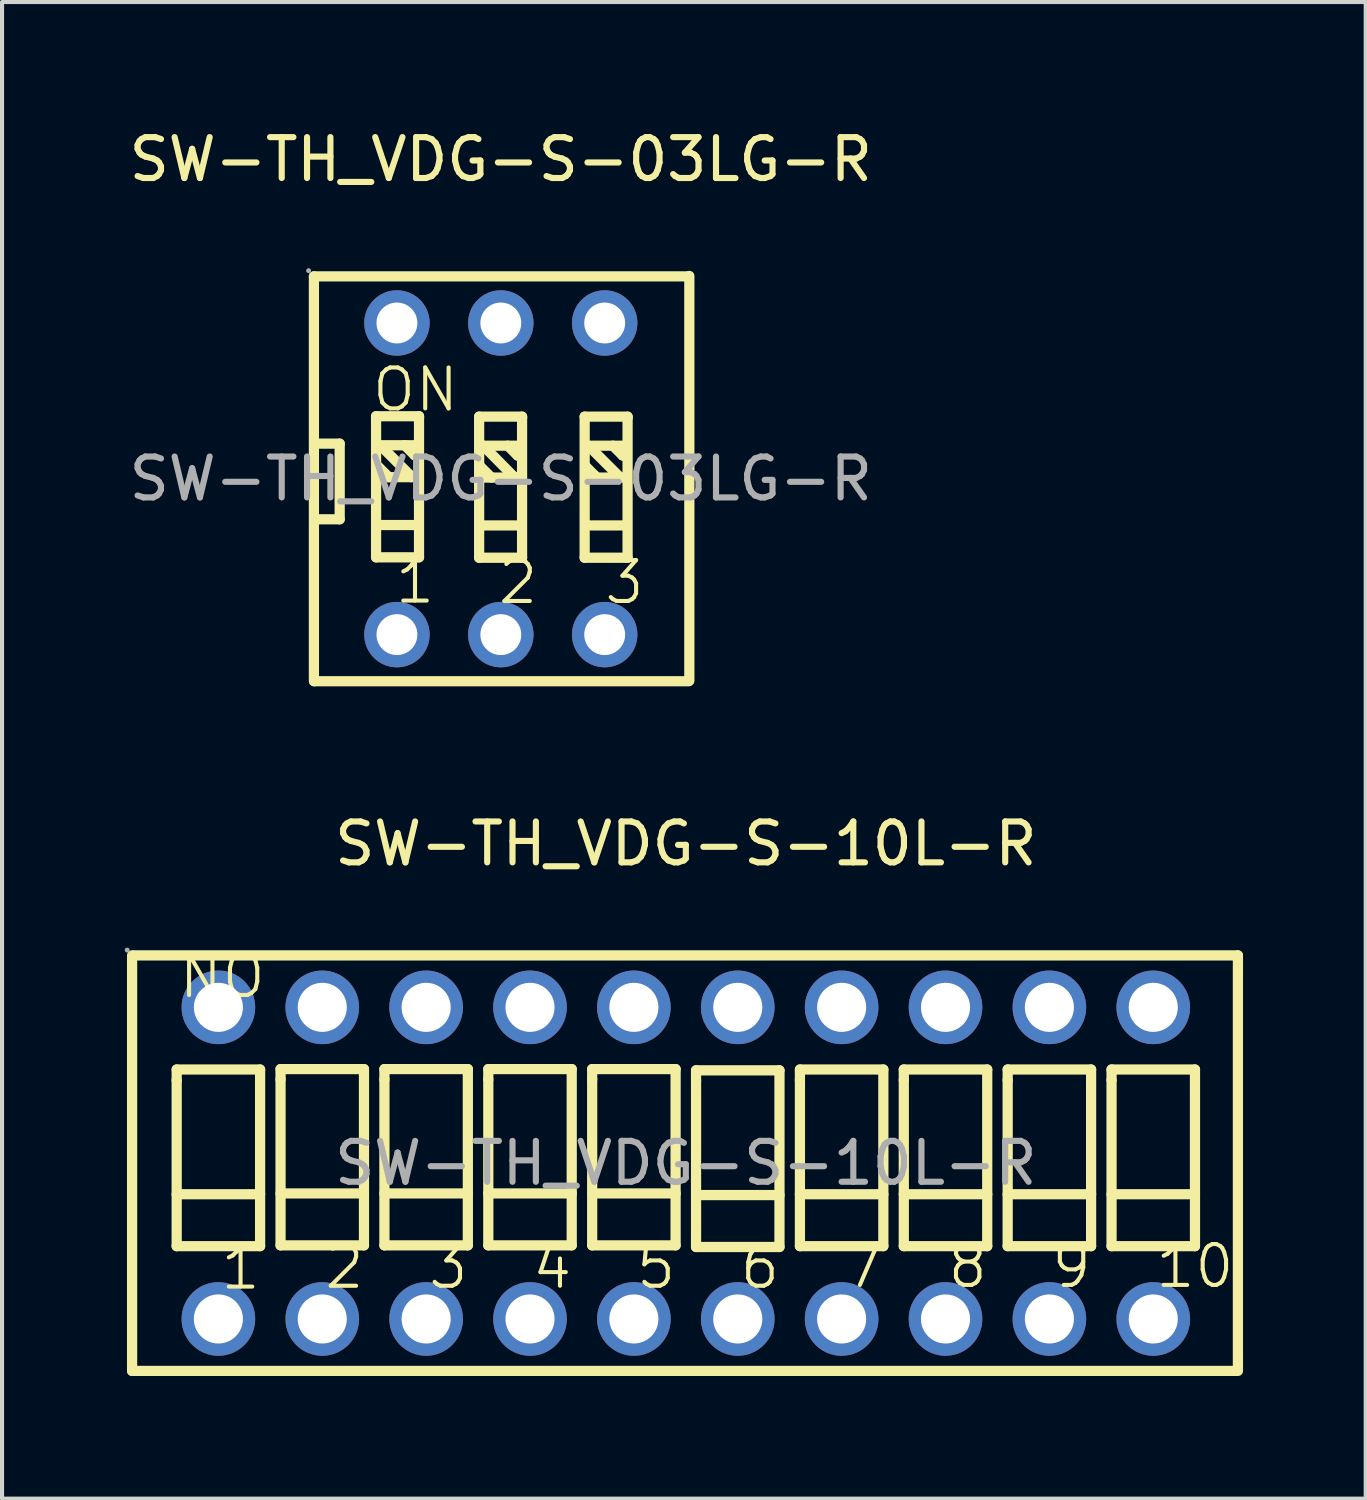
<source format=kicad_pcb>
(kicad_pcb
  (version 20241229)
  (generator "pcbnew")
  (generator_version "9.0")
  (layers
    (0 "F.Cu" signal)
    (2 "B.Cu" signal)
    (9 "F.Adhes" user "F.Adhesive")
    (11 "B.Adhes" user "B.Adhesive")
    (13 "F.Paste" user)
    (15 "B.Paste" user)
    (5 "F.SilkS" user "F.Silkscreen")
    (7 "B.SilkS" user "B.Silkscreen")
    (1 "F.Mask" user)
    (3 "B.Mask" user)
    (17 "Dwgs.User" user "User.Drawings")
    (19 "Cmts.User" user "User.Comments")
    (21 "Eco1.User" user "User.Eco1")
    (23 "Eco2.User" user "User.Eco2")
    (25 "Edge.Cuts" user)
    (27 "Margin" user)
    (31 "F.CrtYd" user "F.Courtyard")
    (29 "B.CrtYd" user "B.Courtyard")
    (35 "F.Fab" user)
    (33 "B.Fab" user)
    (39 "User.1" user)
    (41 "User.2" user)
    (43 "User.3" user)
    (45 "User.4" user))
  (footprint "SW-TH_VDG-S-03LG-R"
    (layer "F.Cu")
    (at 9.196 8.658)
    (property "Reference" "SW-TH_VDG-S-03LG-R" (at 0 -7.81 0) (layer "F.SilkS") (effects (font (size 1 1) (thickness 0.15))))
    (attr through_hole)
    (fp_line (start -4.57 -4.95) (end -4.57 4.95) (stroke (width 0.25) (type solid)) (layer "F.SilkS"))
    (fp_line (start -4.57 -4.95) (end 4.59 -4.95) (stroke (width 0.25) (type solid)) (layer "F.SilkS"))
    (fp_line (start -4.56 4.95) (end 4.59 4.95) (stroke (width 0.25) (type solid)) (layer "F.SilkS"))
    (fp_line (start -4.55 -0.86) (end -3.94 -0.86) (stroke (width 0.25) (type solid)) (layer "F.SilkS"))
    (fp_line (start -3.94 -0.86) (end -3.94 0.99) (stroke (width 0.25) (type solid)) (layer "F.SilkS"))
    (fp_line (start -3.94 0.99) (end -4.52 0.99) (stroke (width 0.25) (type solid)) (layer "F.SilkS"))
    (fp_line (start -3.05 -1.53) (end -3.05 1.92) (stroke (width 0.25) (type solid)) (layer "F.SilkS"))
    (fp_line (start -3.05 1.92) (end -2 1.92) (stroke (width 0.25) (type solid)) (layer "F.SilkS"))
    (fp_line (start -2.95 -0.82) (end -2.2 -0.07) (stroke (width 0.25) (type solid)) (layer "F.SilkS"))
    (fp_line (start -2.94 -0.04) (end -2.07 -0.04) (stroke (width 0.25) (type solid)) (layer "F.SilkS"))
    (fp_line (start -2.92 -0.82) (end -2.05 -0.82) (stroke (width 0.25) (type solid)) (layer "F.SilkS"))
    (fp_line (start -2.92 1.13) (end -2.05 1.13) (stroke (width 0.25) (type solid)) (layer "F.SilkS"))
    (fp_line (start -2.74 -0.04) (end -3.01 -0.31) (stroke (width 0.25) (type solid)) (layer "F.SilkS"))
    (fp_line (start -2.35 -0.82) (end -2.11 -0.58) (stroke (width 0.25) (type solid)) (layer "F.SilkS"))
    (fp_line (start -2.2 -0.07) (end -2.2 -0.04) (stroke (width 0.25) (type solid)) (layer "F.SilkS"))
    (fp_line (start -2.11 -0.58) (end -2.08 -0.58) (stroke (width 0.25) (type solid)) (layer "F.SilkS"))
    (fp_line (start -2 -1.53) (end -3.05 -1.53) (stroke (width 0.25) (type solid)) (layer "F.SilkS"))
    (fp_line (start -2 -1.5) (end -2 -1.53) (stroke (width 0.25) (type solid)) (layer "F.SilkS"))
    (fp_line (start -2 1.92) (end -2 -1.5) (stroke (width 0.25) (type solid)) (layer "F.SilkS"))
    (fp_line (start -0.53 -1.52) (end -0.53 1.93) (stroke (width 0.25) (type solid)) (layer "F.SilkS"))
    (fp_line (start -0.53 1.93) (end 0.52 1.93) (stroke (width 0.25) (type solid)) (layer "F.SilkS"))
    (fp_line (start -0.43 -0.81) (end 0.31 -0.06) (stroke (width 0.25) (type solid)) (layer "F.SilkS"))
    (fp_line (start -0.43 -0.03) (end 0.44 -0.03) (stroke (width 0.25) (type solid)) (layer "F.SilkS"))
    (fp_line (start -0.4 -0.81) (end 0.47 -0.81) (stroke (width 0.25) (type solid)) (layer "F.SilkS"))
    (fp_line (start -0.4 1.14) (end 0.47 1.14) (stroke (width 0.25) (type solid)) (layer "F.SilkS"))
    (fp_line (start -0.23 -0.03) (end -0.5 -0.3) (stroke (width 0.25) (type solid)) (layer "F.SilkS"))
    (fp_line (start 0.17 -0.81) (end 0.41 -0.57) (stroke (width 0.25) (type solid)) (layer "F.SilkS"))
    (fp_line (start 0.31 -0.06) (end 0.31 -0.03) (stroke (width 0.25) (type solid)) (layer "F.SilkS"))
    (fp_line (start 0.41 -0.57) (end 0.44 -0.57) (stroke (width 0.25) (type solid)) (layer "F.SilkS"))
    (fp_line (start 0.52 -1.52) (end -0.53 -1.52) (stroke (width 0.25) (type solid)) (layer "F.SilkS"))
    (fp_line (start 0.52 -1.49) (end 0.52 -1.52) (stroke (width 0.25) (type solid)) (layer "F.SilkS"))
    (fp_line (start 0.52 1.93) (end 0.52 -1.49) (stroke (width 0.25) (type solid)) (layer "F.SilkS"))
    (fp_line (start 2.05 -1.52) (end 2.05 1.93) (stroke (width 0.25) (type solid)) (layer "F.SilkS"))
    (fp_line (start 2.05 1.93) (end 3.1 1.93) (stroke (width 0.25) (type solid)) (layer "F.SilkS"))
    (fp_line (start 2.14 -0.81) (end 2.89 -0.06) (stroke (width 0.25) (type solid)) (layer "F.SilkS"))
    (fp_line (start 2.15 -0.03) (end 3.02 -0.03) (stroke (width 0.25) (type solid)) (layer "F.SilkS"))
    (fp_line (start 2.17 -0.81) (end 3.04 -0.81) (stroke (width 0.25) (type solid)) (layer "F.SilkS"))
    (fp_line (start 2.17 1.14) (end 3.04 1.14) (stroke (width 0.25) (type solid)) (layer "F.SilkS"))
    (fp_line (start 2.35 -0.03) (end 2.08 -0.3) (stroke (width 0.25) (type solid)) (layer "F.SilkS"))
    (fp_line (start 2.74 -0.81) (end 2.98 -0.57) (stroke (width 0.25) (type solid)) (layer "F.SilkS"))
    (fp_line (start 2.89 -0.06) (end 2.89 -0.03) (stroke (width 0.25) (type solid)) (layer "F.SilkS"))
    (fp_line (start 2.98 -0.57) (end 3.01 -0.57) (stroke (width 0.25) (type solid)) (layer "F.SilkS"))
    (fp_line (start 3.1 -1.52) (end 2.05 -1.52) (stroke (width 0.25) (type solid)) (layer "F.SilkS"))
    (fp_line (start 3.1 -1.49) (end 3.1 -1.52) (stroke (width 0.25) (type solid)) (layer "F.SilkS"))
    (fp_line (start 3.1 1.93) (end 3.1 -1.49) (stroke (width 0.25) (type solid)) (layer "F.SilkS"))
    (fp_line (start 4.61 -4.96) (end 4.61 4.94) (stroke (width 0.25) (type solid)) (layer "F.SilkS"))
    (fp_circle (center -4.7 -5.09) (end -4.67 -5.09) (stroke (width 0.06) (type solid)) (fill no) (layer "F.Fab"))
    (fp_circle (center -2.54 -3.81) (end -2.34 -3.81) (stroke (width 0.4) (type solid)) (fill no) (layer "F.Fab"))
    (fp_circle (center -2.54 3.81) (end -2.34 3.81) (stroke (width 0.4) (type solid)) (fill no) (layer "F.Fab"))
    (fp_circle (center 0 -3.81) (end 0.2 -3.81) (stroke (width 0.4) (type solid)) (fill no) (layer "F.Fab"))
    (fp_circle (center 0 3.81) (end 0.2 3.81) (stroke (width 0.4) (type solid)) (fill no) (layer "F.Fab"))
    (fp_circle (center 2.54 -3.81) (end 2.74 -3.81) (stroke (width 0.4) (type solid)) (fill no) (layer "F.Fab"))
    (fp_circle (center 2.54 3.81) (end 2.74 3.81) (stroke (width 0.4) (type solid)) (fill no) (layer "F.Fab"))
    (fp_text user "2" (at -0.12 2.53 0) (layer "F.SilkS") (effects (font (size 1 1) (thickness 0.1)) (justify left)))
    (fp_text user "ON" (at -3.2 -2.18 0) (layer "F.SilkS") (effects (font (size 1 1) (thickness 0.1)) (justify left)))
    (fp_text user "1" (at -2.64 2.52 0) (layer "F.SilkS") (effects (font (size 1 1) (thickness 0.1)) (justify left)))
    (fp_text user "3" (at 2.48 2.53 0) (layer "F.SilkS") (effects (font (size 1 1) (thickness 0.1)) (justify left)))
    (fp_text user "${REFERENCE}" (at 0 0 0) (layer "F.Fab") (effects (font (size 1 1) (thickness 0.15))))
    (pad "1" thru_hole circle (at -2.54 -3.81 180) (size 1.6 1.6) (drill 1) (layers "*.Cu" "*.Paste" "*.Mask"))
    (pad "2" thru_hole circle (at 0 -3.81 180) (size 1.6 1.6) (drill 1) (layers "*.Cu" "*.Paste" "*.Mask"))
    (pad "3" thru_hole circle (at 2.54 -3.81) (size 1.6 1.6) (drill 1) (layers "*.Cu" "*.Paste" "*.Mask"))
    (pad "4" thru_hole circle (at 2.54 3.81) (size 1.6 1.6) (drill 1) (layers "*.Cu" "*.Paste" "*.Mask"))
    (pad "5" thru_hole circle (at 0 3.81) (size 1.6 1.6) (drill 1) (layers "*.Cu" "*.Paste" "*.Mask"))
    (pad "6" thru_hole circle (at -2.54 3.81) (size 1.6 1.6) (drill 1) (layers "*.Cu" "*.Paste" "*.Mask")))
  (footprint "SW-TH_VDG-S-10L-R"
    (layer "F.Cu")
    (at 13.72 25.392)
    (property "Reference" "SW-TH_VDG-S-10L-R" (at 0 -7.81 0) (layer "F.SilkS") (effects (font (size 1 1) (thickness 0.15))))
    (attr through_hole)
    (fp_line (start -13.54 5.08) (end -13.54 -5.08) (stroke (width 0.25) (type solid)) (layer "F.SilkS"))
    (fp_line (start -13.5 -5.08) (end 13.5 -5.08) (stroke (width 0.25) (type solid)) (layer "F.SilkS"))
    (fp_line (start -12.45 -2.29) (end -10.41 -2.29) (stroke (width 0.25) (type solid)) (layer "F.SilkS"))
    (fp_line (start -12.45 -2.03) (end -12.45 -2.29) (stroke (width 0.25) (type solid)) (layer "F.SilkS"))
    (fp_line (start -12.45 0.76) (end -10.41 0.76) (stroke (width 0.25) (type solid)) (layer "F.SilkS"))
    (fp_line (start -12.45 2.03) (end -12.45 -2.03) (stroke (width 0.25) (type solid)) (layer "F.SilkS"))
    (fp_line (start -10.41 -2.29) (end -10.41 2.03) (stroke (width 0.25) (type solid)) (layer "F.SilkS"))
    (fp_line (start -10.41 2.03) (end -12.45 2.03) (stroke (width 0.25) (type solid)) (layer "F.SilkS"))
    (fp_line (start -9.91 -2.3) (end -7.87 -2.3) (stroke (width 0.25) (type solid)) (layer "F.SilkS"))
    (fp_line (start -9.91 -2.05) (end -9.91 -2.3) (stroke (width 0.25) (type solid)) (layer "F.SilkS"))
    (fp_line (start -9.91 0.74) (end -7.87 0.74) (stroke (width 0.25) (type solid)) (layer "F.SilkS"))
    (fp_line (start -9.91 2.01) (end -9.91 -2.05) (stroke (width 0.25) (type solid)) (layer "F.SilkS"))
    (fp_line (start -7.87 -2.3) (end -7.87 2.01) (stroke (width 0.25) (type solid)) (layer "F.SilkS"))
    (fp_line (start -7.87 2.01) (end -9.91 2.01) (stroke (width 0.25) (type solid)) (layer "F.SilkS"))
    (fp_line (start -7.37 -2.3) (end -5.33 -2.3) (stroke (width 0.25) (type solid)) (layer "F.SilkS"))
    (fp_line (start -7.37 -2.05) (end -7.37 -2.3) (stroke (width 0.25) (type solid)) (layer "F.SilkS"))
    (fp_line (start -7.37 0.74) (end -5.33 0.74) (stroke (width 0.25) (type solid)) (layer "F.SilkS"))
    (fp_line (start -7.37 2.01) (end -7.37 -2.05) (stroke (width 0.25) (type solid)) (layer "F.SilkS"))
    (fp_line (start -5.33 -2.3) (end -5.33 2.01) (stroke (width 0.25) (type solid)) (layer "F.SilkS"))
    (fp_line (start -5.33 2.01) (end -7.37 2.01) (stroke (width 0.25) (type solid)) (layer "F.SilkS"))
    (fp_line (start -4.83 -2.3) (end -2.79 -2.3) (stroke (width 0.25) (type solid)) (layer "F.SilkS"))
    (fp_line (start -4.83 -2.05) (end -4.83 -2.3) (stroke (width 0.25) (type solid)) (layer "F.SilkS"))
    (fp_line (start -4.83 0.74) (end -2.79 0.74) (stroke (width 0.25) (type solid)) (layer "F.SilkS"))
    (fp_line (start -4.83 2.01) (end -4.83 -2.05) (stroke (width 0.25) (type solid)) (layer "F.SilkS"))
    (fp_line (start -2.79 -2.3) (end -2.79 2.01) (stroke (width 0.25) (type solid)) (layer "F.SilkS"))
    (fp_line (start -2.79 2.01) (end -4.83 2.01) (stroke (width 0.25) (type solid)) (layer "F.SilkS"))
    (fp_line (start -2.29 -2.3) (end -0.25 -2.3) (stroke (width 0.25) (type solid)) (layer "F.SilkS"))
    (fp_line (start -2.29 -2.05) (end -2.29 -2.3) (stroke (width 0.25) (type solid)) (layer "F.SilkS"))
    (fp_line (start -2.29 0.74) (end -0.25 0.74) (stroke (width 0.25) (type solid)) (layer "F.SilkS"))
    (fp_line (start -2.29 2.01) (end -2.29 -2.05) (stroke (width 0.25) (type solid)) (layer "F.SilkS"))
    (fp_line (start -0.25 -2.3) (end -0.25 2.01) (stroke (width 0.25) (type solid)) (layer "F.SilkS"))
    (fp_line (start -0.25 2.01) (end -2.29 2.01) (stroke (width 0.25) (type solid)) (layer "F.SilkS"))
    (fp_line (start 0.25 -2.27) (end 2.29 -2.27) (stroke (width 0.25) (type solid)) (layer "F.SilkS"))
    (fp_line (start 0.25 -2.01) (end 0.25 -2.27) (stroke (width 0.25) (type solid)) (layer "F.SilkS"))
    (fp_line (start 0.25 0.78) (end 2.29 0.78) (stroke (width 0.25) (type solid)) (layer "F.SilkS"))
    (fp_line (start 0.25 2.05) (end 0.25 -2.01) (stroke (width 0.25) (type solid)) (layer "F.SilkS"))
    (fp_line (start 2.29 -2.27) (end 2.29 2.05) (stroke (width 0.25) (type solid)) (layer "F.SilkS"))
    (fp_line (start 2.29 2.05) (end 0.25 2.05) (stroke (width 0.25) (type solid)) (layer "F.SilkS"))
    (fp_line (start 2.79 -2.29) (end 4.83 -2.29) (stroke (width 0.25) (type solid)) (layer "F.SilkS"))
    (fp_line (start 2.79 -2.03) (end 2.79 -2.29) (stroke (width 0.25) (type solid)) (layer "F.SilkS"))
    (fp_line (start 2.79 0.76) (end 4.83 0.76) (stroke (width 0.25) (type solid)) (layer "F.SilkS"))
    (fp_line (start 2.79 2.03) (end 2.79 -2.03) (stroke (width 0.25) (type solid)) (layer "F.SilkS"))
    (fp_line (start 4.83 -2.29) (end 4.83 2.03) (stroke (width 0.25) (type solid)) (layer "F.SilkS"))
    (fp_line (start 4.83 2.03) (end 2.79 2.03) (stroke (width 0.25) (type solid)) (layer "F.SilkS"))
    (fp_line (start 5.33 -2.29) (end 7.37 -2.29) (stroke (width 0.25) (type solid)) (layer "F.SilkS"))
    (fp_line (start 5.33 -2.03) (end 5.33 -2.29) (stroke (width 0.25) (type solid)) (layer "F.SilkS"))
    (fp_line (start 5.33 0.76) (end 7.37 0.76) (stroke (width 0.25) (type solid)) (layer "F.SilkS"))
    (fp_line (start 5.33 2.03) (end 5.33 -2.03) (stroke (width 0.25) (type solid)) (layer "F.SilkS"))
    (fp_line (start 7.37 -2.29) (end 7.37 2.03) (stroke (width 0.25) (type solid)) (layer "F.SilkS"))
    (fp_line (start 7.37 2.03) (end 5.33 2.03) (stroke (width 0.25) (type solid)) (layer "F.SilkS"))
    (fp_line (start 7.87 -2.29) (end 9.91 -2.29) (stroke (width 0.25) (type solid)) (layer "F.SilkS"))
    (fp_line (start 7.87 -2.03) (end 7.87 -2.29) (stroke (width 0.25) (type solid)) (layer "F.SilkS"))
    (fp_line (start 7.87 0.76) (end 9.91 0.76) (stroke (width 0.25) (type solid)) (layer "F.SilkS"))
    (fp_line (start 7.87 2.03) (end 7.87 -2.03) (stroke (width 0.25) (type solid)) (layer "F.SilkS"))
    (fp_line (start 9.91 -2.29) (end 9.91 2.03) (stroke (width 0.25) (type solid)) (layer "F.SilkS"))
    (fp_line (start 9.91 2.03) (end 7.87 2.03) (stroke (width 0.25) (type solid)) (layer "F.SilkS"))
    (fp_line (start 10.41 -2.29) (end 12.45 -2.29) (stroke (width 0.25) (type solid)) (layer "F.SilkS"))
    (fp_line (start 10.41 -2.03) (end 10.41 -2.29) (stroke (width 0.25) (type solid)) (layer "F.SilkS"))
    (fp_line (start 10.41 0.76) (end 12.45 0.76) (stroke (width 0.25) (type solid)) (layer "F.SilkS"))
    (fp_line (start 10.41 2.03) (end 10.41 -2.03) (stroke (width 0.25) (type solid)) (layer "F.SilkS"))
    (fp_line (start 12.45 -2.29) (end 12.45 2.03) (stroke (width 0.25) (type solid)) (layer "F.SilkS"))
    (fp_line (start 12.45 2.03) (end 10.41 2.03) (stroke (width 0.25) (type solid)) (layer "F.SilkS"))
    (fp_line (start 13.46 5.08) (end -13.54 5.08) (stroke (width 0.25) (type solid)) (layer "F.SilkS"))
    (fp_line (start 13.5 -5.08) (end 13.5 5.08) (stroke (width 0.25) (type solid)) (layer "F.SilkS"))
    (fp_circle (center -13.66 -5.21) (end -13.63 -5.21) (stroke (width 0.06) (type solid)) (fill no) (layer "F.Fab"))
    (fp_circle (center -11.43 -3.81) (end -11.18 -3.81) (stroke (width 0.5) (type solid)) (fill no) (layer "F.Fab"))
    (fp_circle (center -11.43 3.81) (end -11.18 3.81) (stroke (width 0.5) (type solid)) (fill no) (layer "F.Fab"))
    (fp_circle (center -8.89 -3.81) (end -8.64 -3.81) (stroke (width 0.5) (type solid)) (fill no) (layer "F.Fab"))
    (fp_circle (center -8.89 3.81) (end -8.64 3.81) (stroke (width 0.5) (type solid)) (fill no) (layer "F.Fab"))
    (fp_circle (center -6.35 -3.81) (end -6.1 -3.81) (stroke (width 0.5) (type solid)) (fill no) (layer "F.Fab"))
    (fp_circle (center -6.35 3.81) (end -6.1 3.81) (stroke (width 0.5) (type solid)) (fill no) (layer "F.Fab"))
    (fp_circle (center -3.81 -3.81) (end -3.56 -3.81) (stroke (width 0.5) (type solid)) (fill no) (layer "F.Fab"))
    (fp_circle (center -3.81 3.81) (end -3.56 3.81) (stroke (width 0.5) (type solid)) (fill no) (layer "F.Fab"))
    (fp_circle (center -1.27 -3.81) (end -1.02 -3.81) (stroke (width 0.5) (type solid)) (fill no) (layer "F.Fab"))
    (fp_circle (center -1.27 3.81) (end -1.02 3.81) (stroke (width 0.5) (type solid)) (fill no) (layer "F.Fab"))
    (fp_circle (center 1.27 -3.81) (end 1.52 -3.81) (stroke (width 0.5) (type solid)) (fill no) (layer "F.Fab"))
    (fp_circle (center 1.27 3.81) (end 1.52 3.81) (stroke (width 0.5) (type solid)) (fill no) (layer "F.Fab"))
    (fp_circle (center 3.81 -3.81) (end 4.06 -3.81) (stroke (width 0.5) (type solid)) (fill no) (layer "F.Fab"))
    (fp_circle (center 3.81 3.81) (end 4.06 3.81) (stroke (width 0.5) (type solid)) (fill no) (layer "F.Fab"))
    (fp_circle (center 6.35 -3.81) (end 6.6 -3.81) (stroke (width 0.5) (type solid)) (fill no) (layer "F.Fab"))
    (fp_circle (center 6.35 3.81) (end 6.6 3.81) (stroke (width 0.5) (type solid)) (fill no) (layer "F.Fab"))
    (fp_circle (center 8.89 -3.81) (end 9.14 -3.81) (stroke (width 0.5) (type solid)) (fill no) (layer "F.Fab"))
    (fp_circle (center 8.89 3.81) (end 9.14 3.81) (stroke (width 0.5) (type solid)) (fill no) (layer "F.Fab"))
    (fp_circle (center 11.43 -3.81) (end 11.68 -3.81) (stroke (width 0.5) (type solid)) (fill no) (layer "F.Fab"))
    (fp_circle (center 11.43 3.81) (end 11.68 3.81) (stroke (width 0.5) (type solid)) (fill no) (layer "F.Fab"))
    (fp_text user "6" (at 1.27 2.54 0) (layer "F.SilkS") (effects (font (size 1 1) (thickness 0.1)) (justify left)))
    (fp_text user "1" (at -11.43 2.56 0) (layer "F.SilkS") (effects (font (size 1 1) (thickness 0.1)) (justify left)))
    (fp_text user "2" (at -8.89 2.54 0) (layer "F.SilkS") (effects (font (size 1 1) (thickness 0.1)) (justify left)))
    (fp_text user "9" (at 8.89 2.52 0) (layer "F.SilkS") (effects (font (size 1 1) (thickness 0.1)) (justify left)))
    (fp_text user "NO" (at -12.45 -4.57 180) (layer "F.SilkS") (effects (font (size 1 1) (thickness 0.1)) (justify left)))
    (fp_text user "3" (at -6.35 2.54 0) (layer "F.SilkS") (effects (font (size 1 1) (thickness 0.1)) (justify left)))
    (fp_text user "4" (at -3.81 2.54 0) (layer "F.SilkS") (effects (font (size 1 1) (thickness 0.1)) (justify left)))
    (fp_text user "5" (at -1.27 2.54 0) (layer "F.SilkS") (effects (font (size 1 1) (thickness 0.1)) (justify left)))
    (fp_text user "10" (at 11.43 2.52 0) (layer "F.SilkS") (effects (font (size 1 1) (thickness 0.1)) (justify left)))
    (fp_text user "7" (at 3.81 2.52 0) (layer "F.SilkS") (effects (font (size 1 1) (thickness 0.1)) (justify left)))
    (fp_text user "8" (at 6.35 2.52 0) (layer "F.SilkS") (effects (font (size 1 1) (thickness 0.1)) (justify left)))
    (fp_text user "${REFERENCE}" (at 0 0 0) (layer "F.Fab") (effects (font (size 1 1) (thickness 0.15))))
    (pad "1" thru_hole circle (at -11.43 -3.81) (size 1.8 1.8) (drill 1.2) (layers "*.Cu" "*.Paste" "*.Mask"))
    (pad "2" thru_hole circle (at -8.89 -3.81) (size 1.8 1.8) (drill 1.2) (layers "*.Cu" "*.Paste" "*.Mask"))
    (pad "3" thru_hole circle (at -6.35 -3.81) (size 1.8 1.8) (drill 1.2) (layers "*.Cu" "*.Paste" "*.Mask"))
    (pad "4" thru_hole circle (at -3.81 -3.81) (size 1.8 1.8) (drill 1.2) (layers "*.Cu" "*.Paste" "*.Mask"))
    (pad "5" thru_hole circle (at -1.27 -3.81) (size 1.8 1.8) (drill 1.2) (layers "*.Cu" "*.Paste" "*.Mask"))
    (pad "6" thru_hole circle (at 1.27 -3.81) (size 1.8 1.8) (drill 1.2) (layers "*.Cu" "*.Paste" "*.Mask"))
    (pad "7" thru_hole circle (at 3.81 -3.81) (size 1.8 1.8) (drill 1.2) (layers "*.Cu" "*.Paste" "*.Mask"))
    (pad "8" thru_hole circle (at 6.35 -3.81) (size 1.8 1.8) (drill 1.2) (layers "*.Cu" "*.Paste" "*.Mask"))
    (pad "9" thru_hole circle (at 8.89 -3.81) (size 1.8 1.8) (drill 1.2) (layers "*.Cu" "*.Paste" "*.Mask"))
    (pad "10" thru_hole circle (at 11.43 -3.81) (size 1.8 1.8) (drill 1.2) (layers "*.Cu" "*.Paste" "*.Mask"))
    (pad "11" thru_hole circle (at -11.43 3.81) (size 1.8 1.8) (drill 1.2) (layers "*.Cu" "*.Paste" "*.Mask"))
    (pad "12" thru_hole circle (at -8.89 3.81) (size 1.8 1.8) (drill 1.2) (layers "*.Cu" "*.Paste" "*.Mask"))
    (pad "13" thru_hole circle (at -6.35 3.81) (size 1.8 1.8) (drill 1.2) (layers "*.Cu" "*.Paste" "*.Mask"))
    (pad "14" thru_hole circle (at -3.81 3.81) (size 1.8 1.8) (drill 1.2) (layers "*.Cu" "*.Paste" "*.Mask"))
    (pad "15" thru_hole circle (at -1.27 3.81) (size 1.8 1.8) (drill 1.2) (layers "*.Cu" "*.Paste" "*.Mask"))
    (pad "16" thru_hole circle (at 1.27 3.81) (size 1.8 1.8) (drill 1.2) (layers "*.Cu" "*.Paste" "*.Mask"))
    (pad "17" thru_hole circle (at 3.81 3.81) (size 1.8 1.8) (drill 1.2) (layers "*.Cu" "*.Paste" "*.Mask"))
    (pad "18" thru_hole circle (at 6.35 3.81) (size 1.8 1.8) (drill 1.2) (layers "*.Cu" "*.Paste" "*.Mask"))
    (pad "19" thru_hole circle (at 8.89 3.81) (size 1.8 1.8) (drill 1.2) (layers "*.Cu" "*.Paste" "*.Mask"))
    (pad "20" thru_hole circle (at 11.43 3.81) (size 1.8 1.8) (drill 1.2) (layers "*.Cu" "*.Paste" "*.Mask")))
  (gr_rect
    (start -3 -3)
    (end 30.345 33.596)
    (stroke (width 0.1) (type default))
    (fill no)
    (layer "Edge.Cuts")))
</source>
